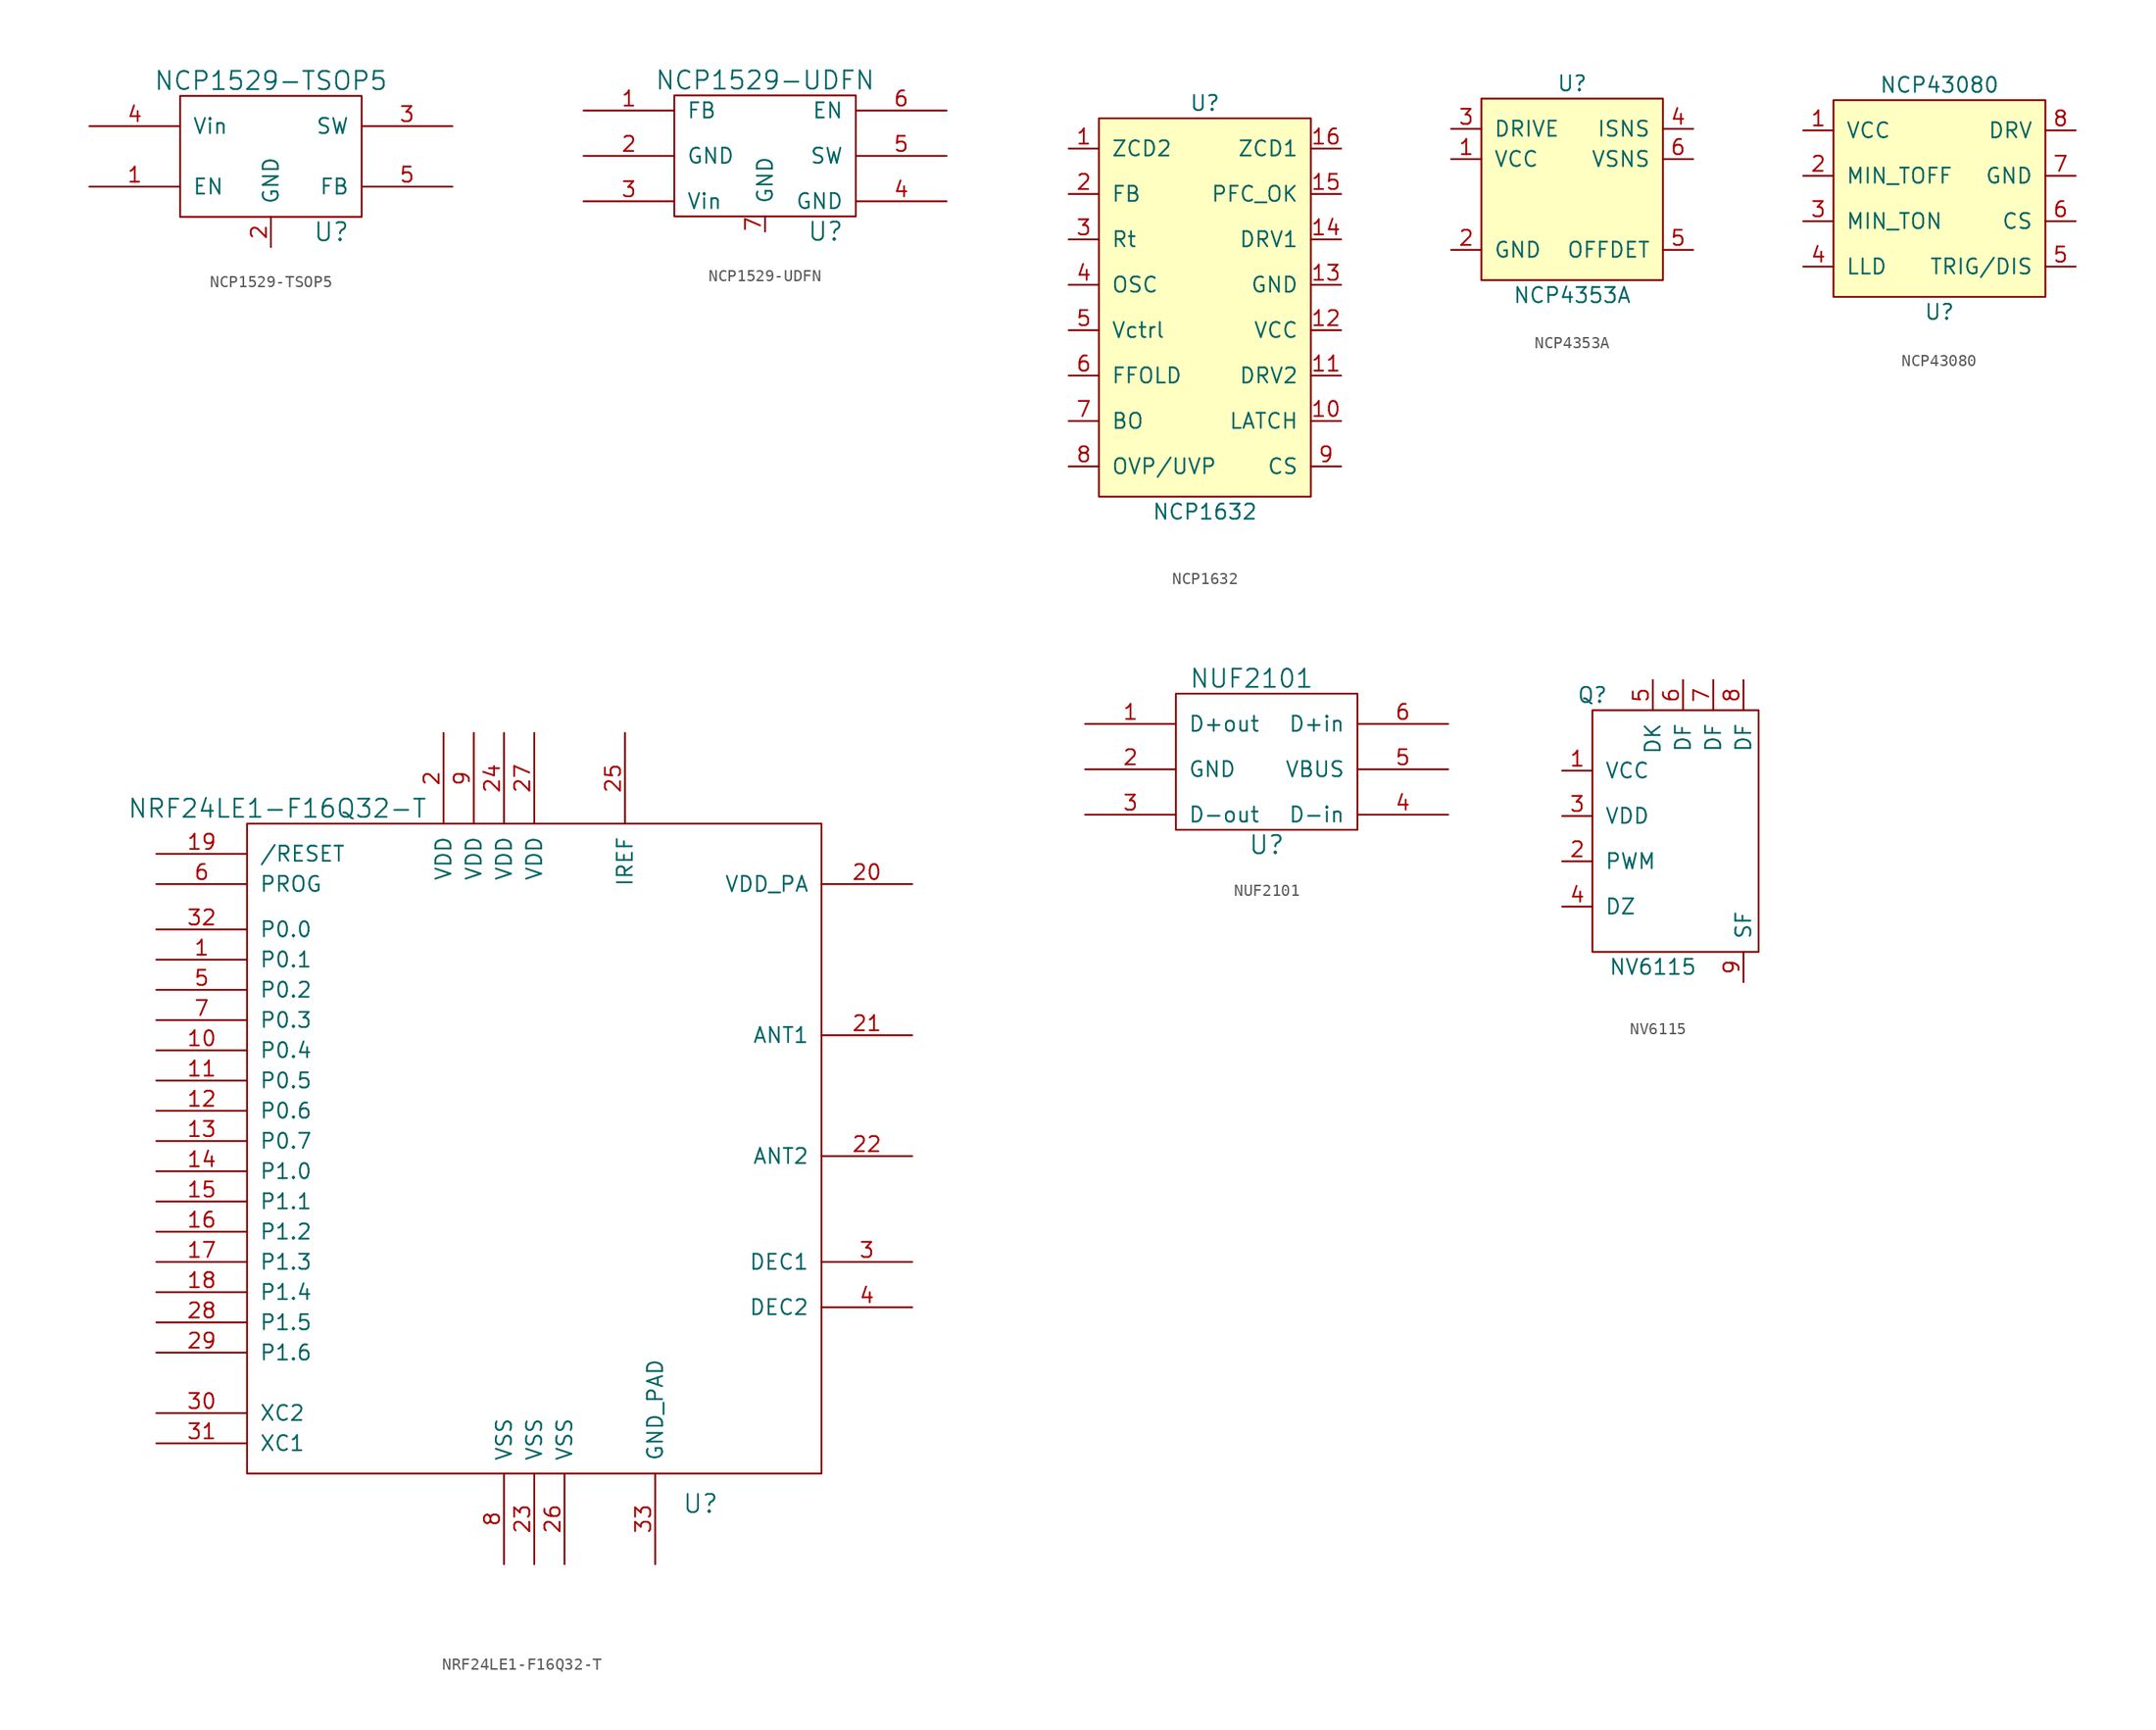
<source format=kicad_sym>
(kicad_symbol_lib
  (version 20211014)
  (generator kicad_symbol_editor)
  (symbol "NCP1529-TSOP5"
    (pin_names
      (offset 1.016))
    (property "Reference" "U"
      (at 5.08 -6.35 0)
      (effects (font (size 1.524 1.524))))
    (property "Value" "NCP1529-TSOP5"
      (at 0 6.35 0)
      (effects (font (size 1.524 1.524))))
    (property "Footprint" ""
      (at 0 0 0)
      (effects (font (size 1.524 1.524))))
    (property "Datasheet" ""
      (at 0 0 0)
      (effects (font (size 1.524 1.524))))
    (symbol "NCP1529-TSOP5_0_1"
      (rectangle (start -7.62 5.08) (end 7.62 -5.08) (stroke (width 0) (type default) (color 0 0 0 0)) (fill (type none))))
    (symbol "NCP1529-TSOP5_1_1"
      (pin input line (at -15.24 -2.54 0) (length 7.62) (name "EN" (effects (font (size 1.27 1.27)))) (number "1" (effects (font (size 1.27 1.27)))))
      (pin input line (at 0 -7.62 90) (length 2.54) (name "GND" (effects (font (size 1.27 1.27)))) (number "2" (effects (font (size 1.27 1.27)))))
      (pin input line (at 15.24 2.54 180) (length 7.62) (name "SW" (effects (font (size 1.27 1.27)))) (number "3" (effects (font (size 1.27 1.27)))))
      (pin input line (at -15.24 2.54 0) (length 7.62) (name "Vin" (effects (font (size 1.27 1.27)))) (number "4" (effects (font (size 1.27 1.27)))))
      (pin input line (at 15.24 -2.54 180) (length 7.62) (name "FB" (effects (font (size 1.27 1.27)))) (number "5" (effects (font (size 1.27 1.27)))))))
  (symbol "NCP1529-UDFN"
    (pin_names
      (offset 1.016))
    (property "Reference" "U"
      (at 5.08 -6.35 0)
      (effects (font (size 1.524 1.524))))
    (property "Value" "NCP1529-UDFN"
      (at 0 6.35 0)
      (effects (font (size 1.524 1.524))))
    (property "Footprint" ""
      (at 0 0 0)
      (effects (font (size 1.524 1.524))))
    (property "Datasheet" ""
      (at 0 0 0)
      (effects (font (size 1.524 1.524))))
    (symbol "NCP1529-UDFN_0_1"
      (rectangle (start -7.62 5.08) (end 7.62 -5.08) (stroke (width 0) (type default) (color 0 0 0 0)) (fill (type none))))
    (symbol "NCP1529-UDFN_1_1"
      (pin input line (at -15.24 3.81 0) (length 7.62) (name "FB" (effects (font (size 1.27 1.27)))) (number "1" (effects (font (size 1.27 1.27)))))
      (pin input line (at -15.24 0 0) (length 7.62) (name "GND" (effects (font (size 1.27 1.27)))) (number "2" (effects (font (size 1.27 1.27)))))
      (pin input line (at -15.24 -3.81 0) (length 7.62) (name "Vin" (effects (font (size 1.27 1.27)))) (number "3" (effects (font (size 1.27 1.27)))))
      (pin input line (at 15.24 -3.81 180) (length 7.62) (name "GND" (effects (font (size 1.27 1.27)))) (number "4" (effects (font (size 1.27 1.27)))))
      (pin input line (at 15.24 0 180) (length 7.62) (name "SW" (effects (font (size 1.27 1.27)))) (number "5" (effects (font (size 1.27 1.27)))))
      (pin input line (at 15.24 3.81 180) (length 7.62) (name "EN" (effects (font (size 1.27 1.27)))) (number "6" (effects (font (size 1.27 1.27)))))
      (pin input line (at 0 -6.35 90) (length 1.27) (name "GND" (effects (font (size 1.27 1.27)))) (number "7" (effects (font (size 1.27 1.27)))))))
  (symbol "NCP1632"
    (pin_names
      (offset 1.016))
    (property "Reference" "U"
      (at 0 16.51 0)
      (effects (font (size 1.27 1.27))))
    (property "Value" "NCP1632"
      (at 0 -17.78 0)
      (effects (font (size 1.27 1.27))))
    (symbol "NCP1632_0_1"
      (rectangle (start -8.89 15.24) (end 8.89 -16.51) (stroke (width 0) (type default) (color 0 0 0 0)) (fill (type background))))
    (symbol "NCP1632_1_1"
      (pin input line (at -11.43 12.7 0) (length 2.54) (name "ZCD2" (effects (font (size 1.27 1.27)))) (number "1" (effects (font (size 1.27 1.27)))))
      (pin input line (at 11.43 -10.16 180) (length 2.54) (name "LATCH" (effects (font (size 1.27 1.27)))) (number "10" (effects (font (size 1.27 1.27)))))
      (pin input line (at 11.43 -6.35 180) (length 2.54) (name "DRV2" (effects (font (size 1.27 1.27)))) (number "11" (effects (font (size 1.27 1.27)))))
      (pin input line (at 11.43 -2.54 180) (length 2.54) (name "VCC" (effects (font (size 1.27 1.27)))) (number "12" (effects (font (size 1.27 1.27)))))
      (pin input line (at 11.43 1.27 180) (length 2.54) (name "GND" (effects (font (size 1.27 1.27)))) (number "13" (effects (font (size 1.27 1.27)))))
      (pin input line (at 11.43 5.08 180) (length 2.54) (name "DRV1" (effects (font (size 1.27 1.27)))) (number "14" (effects (font (size 1.27 1.27)))))
      (pin input line (at 11.43 8.89 180) (length 2.54) (name "PFC_OK" (effects (font (size 1.27 1.27)))) (number "15" (effects (font (size 1.27 1.27)))))
      (pin input line (at 11.43 12.7 180) (length 2.54) (name "ZCD1" (effects (font (size 1.27 1.27)))) (number "16" (effects (font (size 1.27 1.27)))))
      (pin input line (at -11.43 8.89 0) (length 2.54) (name "FB" (effects (font (size 1.27 1.27)))) (number "2" (effects (font (size 1.27 1.27)))))
      (pin input line (at -11.43 5.08 0) (length 2.54) (name "Rt" (effects (font (size 1.27 1.27)))) (number "3" (effects (font (size 1.27 1.27)))))
      (pin input line (at -11.43 1.27 0) (length 2.54) (name "OSC" (effects (font (size 1.27 1.27)))) (number "4" (effects (font (size 1.27 1.27)))))
      (pin input line (at -11.43 -2.54 0) (length 2.54) (name "Vctrl" (effects (font (size 1.27 1.27)))) (number "5" (effects (font (size 1.27 1.27)))))
      (pin input line (at -11.43 -6.35 0) (length 2.54) (name "FFOLD" (effects (font (size 1.27 1.27)))) (number "6" (effects (font (size 1.27 1.27)))))
      (pin input line (at -11.43 -10.16 0) (length 2.54) (name "BO" (effects (font (size 1.27 1.27)))) (number "7" (effects (font (size 1.27 1.27)))))
      (pin input line (at -11.43 -13.97 0) (length 2.54) (name "OVP/UVP" (effects (font (size 1.27 1.27)))) (number "8" (effects (font (size 1.27 1.27)))))
      (pin input line (at 11.43 -13.97 180) (length 2.54) (name "CS" (effects (font (size 1.27 1.27)))) (number "9" (effects (font (size 1.27 1.27)))))))
  (symbol "NCP4353A"
    (pin_names
      (offset 1.016))
    (property "Reference" "U"
      (at 0 10.16 0)
      (effects (font (size 1.27 1.27))))
    (property "Value" "NCP4353A"
      (at 0 -7.62 0)
      (effects (font (size 1.27 1.27))))
    (symbol "NCP4353A_0_1"
      (rectangle (start 7.62 -6.35) (end -7.62 8.89) (stroke (width 0) (type default) (color 0 0 0 0)) (fill (type background))))
    (symbol "NCP4353A_1_1"
      (pin input line (at -10.16 3.81 0) (length 2.54) (name "VCC" (effects (font (size 1.27 1.27)))) (number "1" (effects (font (size 1.27 1.27)))))
      (pin input line (at -10.16 -3.81 0) (length 2.54) (name "GND" (effects (font (size 1.27 1.27)))) (number "2" (effects (font (size 1.27 1.27)))))
      (pin input line (at -10.16 6.35 0) (length 2.54) (name "DRIVE" (effects (font (size 1.27 1.27)))) (number "3" (effects (font (size 1.27 1.27)))))
      (pin input line (at 10.16 6.35 180) (length 2.54) (name "ISNS" (effects (font (size 1.27 1.27)))) (number "4" (effects (font (size 1.27 1.27)))))
      (pin input line (at 10.16 -3.81 180) (length 2.54) (name "OFFDET" (effects (font (size 1.27 1.27)))) (number "5" (effects (font (size 1.27 1.27)))))
      (pin input line (at 10.16 3.81 180) (length 2.54) (name "VSNS" (effects (font (size 1.27 1.27)))) (number "6" (effects (font (size 1.27 1.27)))))))
  (symbol "NCP43080"
    (pin_names
      (offset 1.016))
    (property "Reference" "U"
      (at 0 -10.16 0)
      (effects (font (size 1.27 1.27))))
    (property "Value" "NCP43080"
      (at 0 8.89 0)
      (effects (font (size 1.27 1.27))))
    (symbol "NCP43080_0_1"
      (rectangle (start -8.89 7.62) (end 8.89 -8.89) (stroke (width 0) (type default) (color 0 0 0 0)) (fill (type background))))
    (symbol "NCP43080_1_1"
      (pin input line (at -11.43 5.08 0) (length 2.54) (name "VCC" (effects (font (size 1.27 1.27)))) (number "1" (effects (font (size 1.27 1.27)))))
      (pin input line (at -11.43 1.27 0) (length 2.54) (name "MIN_TOFF" (effects (font (size 1.27 1.27)))) (number "2" (effects (font (size 1.27 1.27)))))
      (pin input line (at -11.43 -2.54 0) (length 2.54) (name "MIN_TON" (effects (font (size 1.27 1.27)))) (number "3" (effects (font (size 1.27 1.27)))))
      (pin input line (at -11.43 -6.35 0) (length 2.54) (name "LLD" (effects (font (size 1.27 1.27)))) (number "4" (effects (font (size 1.27 1.27)))))
      (pin input line (at 11.43 -6.35 180) (length 2.54) (name "TRIG/DIS" (effects (font (size 1.27 1.27)))) (number "5" (effects (font (size 1.27 1.27)))))
      (pin input line (at 11.43 -2.54 180) (length 2.54) (name "CS" (effects (font (size 1.27 1.27)))) (number "6" (effects (font (size 1.27 1.27)))))
      (pin input line (at 11.43 1.27 180) (length 2.54) (name "GND" (effects (font (size 1.27 1.27)))) (number "7" (effects (font (size 1.27 1.27)))))
      (pin input line (at 11.43 5.08 180) (length 2.54) (name "DRV" (effects (font (size 1.27 1.27)))) (number "8" (effects (font (size 1.27 1.27)))))
      (pin input line (at 11.43 1.27 180) (length 2.54) hide (name "GND" (effects (font (size 1.27 1.27)))) (number "9" (effects (font (size 1.27 1.27)))))))
  (symbol "NRF24LE1-F16Q32-T"
    (pin_names
      (offset 1.016))
    (property "Reference" "U"
      (at 13.97 -29.21 0)
      (effects (font (size 1.524 1.524))))
    (property "Value" "NRF24LE1-F16Q32-T"
      (at -21.59 29.21 0)
      (effects (font (size 1.524 1.524))))
    (property "Datasheet" ""
      (at 0 0 0)
      (effects (font (size 1.524 1.524))))
    (symbol "NRF24LE1-F16Q32-T_0_1"
      (rectangle (start -24.13 27.94) (end 24.13 -26.67) (stroke (width 0) (type default) (color 0 0 0 0)) (fill (type none))))
    (symbol "NRF24LE1-F16Q32-T_1_1"
      (pin input line (at -31.75 16.51 0) (length 7.62) (name "P0.1" (effects (font (size 1.27 1.27)))) (number "1" (effects (font (size 1.27 1.27)))))
      (pin input line (at -31.75 8.89 0) (length 7.62) (name "P0.4" (effects (font (size 1.27 1.27)))) (number "10" (effects (font (size 1.27 1.27)))))
      (pin input line (at -31.75 6.35 0) (length 7.62) (name "P0.5" (effects (font (size 1.27 1.27)))) (number "11" (effects (font (size 1.27 1.27)))))
      (pin input line (at -31.75 3.81 0) (length 7.62) (name "P0.6" (effects (font (size 1.27 1.27)))) (number "12" (effects (font (size 1.27 1.27)))))
      (pin input line (at -31.75 1.27 0) (length 7.62) (name "P0.7" (effects (font (size 1.27 1.27)))) (number "13" (effects (font (size 1.27 1.27)))))
      (pin input line (at -31.75 -1.27 0) (length 7.62) (name "P1.0" (effects (font (size 1.27 1.27)))) (number "14" (effects (font (size 1.27 1.27)))))
      (pin input line (at -31.75 -3.81 0) (length 7.62) (name "P1.1" (effects (font (size 1.27 1.27)))) (number "15" (effects (font (size 1.27 1.27)))))
      (pin input line (at -31.75 -6.35 0) (length 7.62) (name "P1.2" (effects (font (size 1.27 1.27)))) (number "16" (effects (font (size 1.27 1.27)))))
      (pin input line (at -31.75 -8.89 0) (length 7.62) (name "P1.3" (effects (font (size 1.27 1.27)))) (number "17" (effects (font (size 1.27 1.27)))))
      (pin input line (at -31.75 -11.43 0) (length 7.62) (name "P1.4" (effects (font (size 1.27 1.27)))) (number "18" (effects (font (size 1.27 1.27)))))
      (pin input line (at -31.75 25.4 0) (length 7.62) (name "/RESET" (effects (font (size 1.27 1.27)))) (number "19" (effects (font (size 1.27 1.27)))))
      (pin input line (at -7.62 35.56 270) (length 7.62) (name "VDD" (effects (font (size 1.27 1.27)))) (number "2" (effects (font (size 1.27 1.27)))))
      (pin input line (at 31.75 22.86 180) (length 7.62) (name "VDD_PA" (effects (font (size 1.27 1.27)))) (number "20" (effects (font (size 1.27 1.27)))))
      (pin input line (at 31.75 10.16 180) (length 7.62) (name "ANT1" (effects (font (size 1.27 1.27)))) (number "21" (effects (font (size 1.27 1.27)))))
      (pin input line (at 31.75 0 180) (length 7.62) (name "ANT2" (effects (font (size 1.27 1.27)))) (number "22" (effects (font (size 1.27 1.27)))))
      (pin input line (at 0 -34.29 90) (length 7.62) (name "VSS" (effects (font (size 1.27 1.27)))) (number "23" (effects (font (size 1.27 1.27)))))
      (pin input line (at -2.54 35.56 270) (length 7.62) (name "VDD" (effects (font (size 1.27 1.27)))) (number "24" (effects (font (size 1.27 1.27)))))
      (pin input line (at 7.62 35.56 270) (length 7.62) (name "IREF" (effects (font (size 1.27 1.27)))) (number "25" (effects (font (size 1.27 1.27)))))
      (pin input line (at 2.54 -34.29 90) (length 7.62) (name "VSS" (effects (font (size 1.27 1.27)))) (number "26" (effects (font (size 1.27 1.27)))))
      (pin input line (at 0 35.56 270) (length 7.62) (name "VDD" (effects (font (size 1.27 1.27)))) (number "27" (effects (font (size 1.27 1.27)))))
      (pin input line (at -31.75 -13.97 0) (length 7.62) (name "P1.5" (effects (font (size 1.27 1.27)))) (number "28" (effects (font (size 1.27 1.27)))))
      (pin input line (at -31.75 -16.51 0) (length 7.62) (name "P1.6" (effects (font (size 1.27 1.27)))) (number "29" (effects (font (size 1.27 1.27)))))
      (pin input line (at 31.75 -8.89 180) (length 7.62) (name "DEC1" (effects (font (size 1.27 1.27)))) (number "3" (effects (font (size 1.27 1.27)))))
      (pin input line (at -31.75 -21.59 0) (length 7.62) (name "XC2" (effects (font (size 1.27 1.27)))) (number "30" (effects (font (size 1.27 1.27)))))
      (pin input line (at -31.75 -24.13 0) (length 7.62) (name "XC1" (effects (font (size 1.27 1.27)))) (number "31" (effects (font (size 1.27 1.27)))))
      (pin input line (at -31.75 19.05 0) (length 7.62) (name "P0.0" (effects (font (size 1.27 1.27)))) (number "32" (effects (font (size 1.27 1.27)))))
      (pin input line (at 10.16 -34.29 90) (length 7.62) (name "GND_PAD" (effects (font (size 1.27 1.27)))) (number "33" (effects (font (size 1.27 1.27)))))
      (pin input line (at 31.75 -12.7 180) (length 7.62) (name "DEC2" (effects (font (size 1.27 1.27)))) (number "4" (effects (font (size 1.27 1.27)))))
      (pin input line (at -31.75 13.97 0) (length 7.62) (name "P0.2" (effects (font (size 1.27 1.27)))) (number "5" (effects (font (size 1.27 1.27)))))
      (pin input line (at -31.75 22.86 0) (length 7.62) (name "PROG" (effects (font (size 1.27 1.27)))) (number "6" (effects (font (size 1.27 1.27)))))
      (pin input line (at -31.75 11.43 0) (length 7.62) (name "P0.3" (effects (font (size 1.27 1.27)))) (number "7" (effects (font (size 1.27 1.27)))))
      (pin input line (at -2.54 -34.29 90) (length 7.62) (name "VSS" (effects (font (size 1.27 1.27)))) (number "8" (effects (font (size 1.27 1.27)))))
      (pin input line (at -5.08 35.56 270) (length 7.62) (name "VDD" (effects (font (size 1.27 1.27)))) (number "9" (effects (font (size 1.27 1.27)))))))
  (symbol "NUF2101"
    (pin_names
      (offset 1.016))
    (property "Reference" "U"
      (at 0 -6.35 0)
      (effects (font (size 1.524 1.524))))
    (property "Value" "NUF2101"
      (at -1.27 7.62 0)
      (effects (font (size 1.524 1.524))))
    (property "Footprint" ""
      (at 0 0 0)
      (effects (font (size 1.524 1.524))))
    (property "Datasheet" ""
      (at 0 0 0)
      (effects (font (size 1.524 1.524))))
    (symbol "NUF2101_0_1"
      (rectangle (start -7.62 6.35) (end 7.62 -5.08) (stroke (width 0) (type default) (color 0 0 0 0)) (fill (type none))))
    (symbol "NUF2101_1_1"
      (pin input line (at -15.24 3.81 0) (length 7.62) (name "D+out" (effects (font (size 1.27 1.27)))) (number "1" (effects (font (size 1.27 1.27)))))
      (pin input line (at -15.24 0 0) (length 7.62) (name "GND" (effects (font (size 1.27 1.27)))) (number "2" (effects (font (size 1.27 1.27)))))
      (pin input line (at -15.24 -3.81 0) (length 7.62) (name "D-out" (effects (font (size 1.27 1.27)))) (number "3" (effects (font (size 1.27 1.27)))))
      (pin input line (at 15.24 -3.81 180) (length 7.62) (name "D-in" (effects (font (size 1.27 1.27)))) (number "4" (effects (font (size 1.27 1.27)))))
      (pin input line (at 15.24 0 180) (length 7.62) (name "VBUS" (effects (font (size 1.27 1.27)))) (number "5" (effects (font (size 1.27 1.27)))))
      (pin input line (at 15.24 3.81 180) (length 7.62) (name "D+in" (effects (font (size 1.27 1.27)))) (number "6" (effects (font (size 1.27 1.27)))))))
  (symbol "NV6115"
    (pin_names
      (offset 1.016))
    (property "Reference" "Q"
      (at -8.89 11.43 0)
      (effects (font (size 1.27 1.27))))
    (property "Value" "NV6115"
      (at -3.81 -11.43 0)
      (effects (font (size 1.27 1.27))))
    (symbol "NV6115_0_1"
      (rectangle (start 5.08 -10.16) (end -8.89 10.16) (stroke (width 0) (type default) (color 0 0 0 0)) (fill (type none))))
    (symbol "NV6115_1_1"
      (pin input line (at -11.43 5.08 0) (length 2.54) (name "VCC" (effects (font (size 1.27 1.27)))) (number "1" (effects (font (size 1.27 1.27)))))
      (pin input line (at -11.43 -2.54 0) (length 2.54) (name "PWM" (effects (font (size 1.27 1.27)))) (number "2" (effects (font (size 1.27 1.27)))))
      (pin input line (at -11.43 1.27 0) (length 2.54) (name "VDD" (effects (font (size 1.27 1.27)))) (number "3" (effects (font (size 1.27 1.27)))))
      (pin input line (at -11.43 -6.35 0) (length 2.54) (name "DZ" (effects (font (size 1.27 1.27)))) (number "4" (effects (font (size 1.27 1.27)))))
      (pin input line (at -3.81 12.7 270) (length 2.54) (name "DK" (effects (font (size 1.27 1.27)))) (number "5" (effects (font (size 1.27 1.27)))))
      (pin input line (at -1.27 12.7 270) (length 2.54) (name "DF" (effects (font (size 1.27 1.27)))) (number "6" (effects (font (size 1.27 1.27)))))
      (pin input line (at 1.27 12.7 270) (length 2.54) (name "DF" (effects (font (size 1.27 1.27)))) (number "7" (effects (font (size 1.27 1.27)))))
      (pin input line (at 3.81 12.7 270) (length 2.54) (name "DF" (effects (font (size 1.27 1.27)))) (number "8" (effects (font (size 1.27 1.27)))))
      (pin input line (at 3.81 -12.7 90) (length 2.54) (name "SF" (effects (font (size 1.27 1.27)))) (number "9" (effects (font (size 1.27 1.27))))))))
</source>
